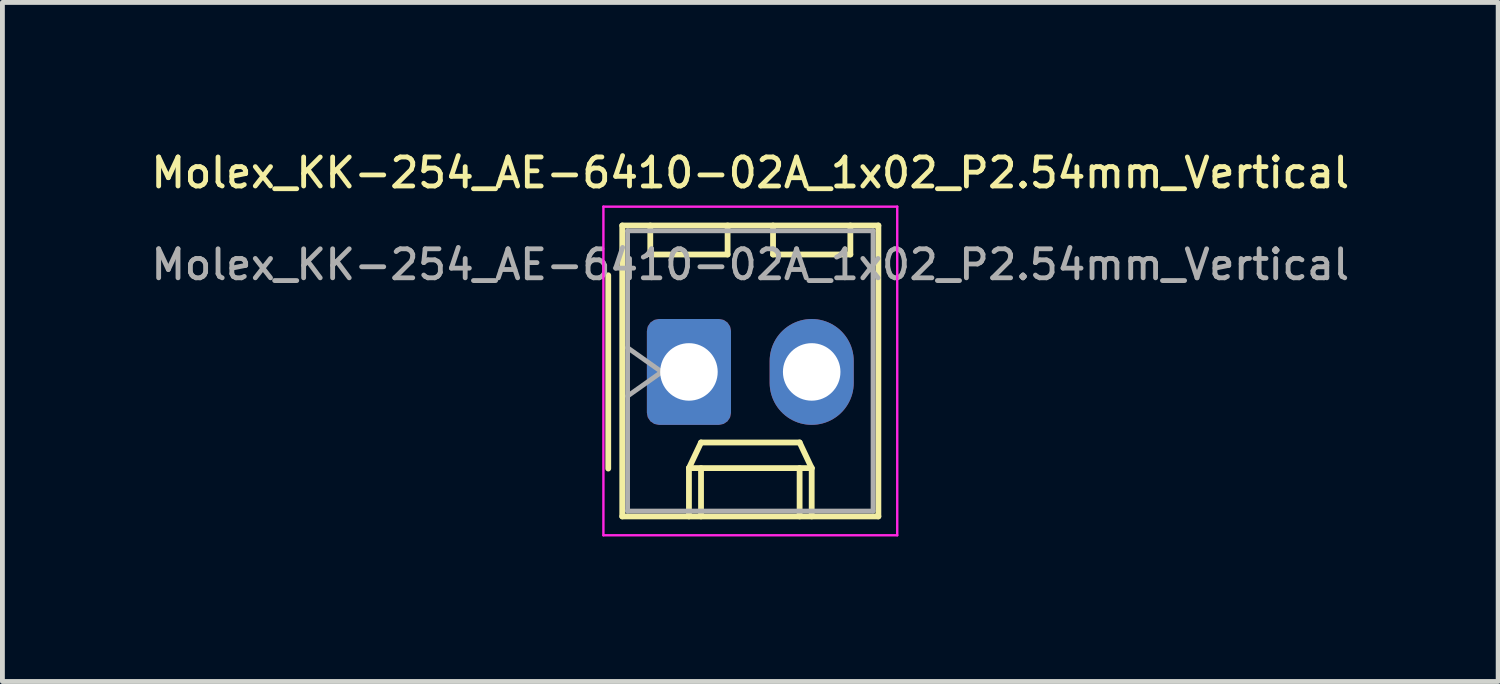
<source format=kicad_pcb>
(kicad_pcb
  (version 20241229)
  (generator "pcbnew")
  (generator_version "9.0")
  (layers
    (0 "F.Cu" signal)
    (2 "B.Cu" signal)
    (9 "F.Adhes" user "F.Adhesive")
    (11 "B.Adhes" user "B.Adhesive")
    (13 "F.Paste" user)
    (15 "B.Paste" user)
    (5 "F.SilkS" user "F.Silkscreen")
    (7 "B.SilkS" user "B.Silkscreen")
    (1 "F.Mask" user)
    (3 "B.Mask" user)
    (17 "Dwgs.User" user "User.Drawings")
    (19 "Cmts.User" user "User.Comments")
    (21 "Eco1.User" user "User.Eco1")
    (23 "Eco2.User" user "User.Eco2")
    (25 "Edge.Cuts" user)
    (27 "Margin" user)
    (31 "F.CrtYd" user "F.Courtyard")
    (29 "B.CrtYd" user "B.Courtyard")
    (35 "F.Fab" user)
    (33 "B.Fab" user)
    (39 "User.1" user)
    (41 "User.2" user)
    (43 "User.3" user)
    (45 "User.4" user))
  (footprint "Molex_KK-254_AE-6410-02A_1x02_P2.54mm_Vertical"
    (layer "F.Cu")
    (at 11.206 4.646)
    (property "Reference" "Molex_KK-254_AE-6410-02A_1x02_P2.54mm_Vertical" (at 1.27 -4.12 0) (layer "F.SilkS") (effects (font (size 0.6 0.6) (thickness 0.1))))
    (attr through_hole)
    (fp_line (start -1.67 -2) (end -1.67 2) (stroke (width 0.12) (type solid)) (layer "F.SilkS"))
    (fp_line (start -1.38 -3.03) (end -1.38 2.99) (stroke (width 0.12) (type solid)) (layer "F.SilkS"))
    (fp_line (start -1.38 2.99) (end 3.92 2.99) (stroke (width 0.12) (type solid)) (layer "F.SilkS"))
    (fp_line (start -0.8 -3.03) (end -0.8 -2.43) (stroke (width 0.12) (type solid)) (layer "F.SilkS"))
    (fp_line (start -0.8 -2.43) (end 0.8 -2.43) (stroke (width 0.12) (type solid)) (layer "F.SilkS"))
    (fp_line (start 0 1.99) (end 0.25 1.46) (stroke (width 0.12) (type solid)) (layer "F.SilkS"))
    (fp_line (start 0 1.99) (end 2.54 1.99) (stroke (width 0.12) (type solid)) (layer "F.SilkS"))
    (fp_line (start 0 2.99) (end 0 1.99) (stroke (width 0.12) (type solid)) (layer "F.SilkS"))
    (fp_line (start 0.25 1.46) (end 2.29 1.46) (stroke (width 0.12) (type solid)) (layer "F.SilkS"))
    (fp_line (start 0.25 2.99) (end 0.25 1.99) (stroke (width 0.12) (type solid)) (layer "F.SilkS"))
    (fp_line (start 0.8 -2.43) (end 0.8 -3.03) (stroke (width 0.12) (type solid)) (layer "F.SilkS"))
    (fp_line (start 1.74 -3.03) (end 1.74 -2.43) (stroke (width 0.12) (type solid)) (layer "F.SilkS"))
    (fp_line (start 1.74 -2.43) (end 3.34 -2.43) (stroke (width 0.12) (type solid)) (layer "F.SilkS"))
    (fp_line (start 2.29 1.46) (end 2.54 1.99) (stroke (width 0.12) (type solid)) (layer "F.SilkS"))
    (fp_line (start 2.29 2.99) (end 2.29 1.99) (stroke (width 0.12) (type solid)) (layer "F.SilkS"))
    (fp_line (start 2.54 1.99) (end 2.54 2.99) (stroke (width 0.12) (type solid)) (layer "F.SilkS"))
    (fp_line (start 3.34 -2.43) (end 3.34 -3.03) (stroke (width 0.12) (type solid)) (layer "F.SilkS"))
    (fp_line (start 3.92 -3.03) (end -1.38 -3.03) (stroke (width 0.12) (type solid)) (layer "F.SilkS"))
    (fp_line (start 3.92 2.99) (end 3.92 -3.03) (stroke (width 0.12) (type solid)) (layer "F.SilkS"))
    (fp_line (start -1.77 -3.42) (end -1.77 3.38) (stroke (width 0.05) (type solid)) (layer "F.CrtYd"))
    (fp_line (start -1.77 3.38) (end 4.31 3.38) (stroke (width 0.05) (type solid)) (layer "F.CrtYd"))
    (fp_line (start 4.31 -3.42) (end -1.77 -3.42) (stroke (width 0.05) (type solid)) (layer "F.CrtYd"))
    (fp_line (start 4.31 3.38) (end 4.31 -3.42) (stroke (width 0.05) (type solid)) (layer "F.CrtYd"))
    (fp_line (start -1.27 -2.92) (end -1.27 2.88) (stroke (width 0.1) (type solid)) (layer "F.Fab"))
    (fp_line (start -1.27 -0.5) (end -0.563 0) (stroke (width 0.1) (type solid)) (layer "F.Fab"))
    (fp_line (start -1.27 2.88) (end 3.81 2.88) (stroke (width 0.1) (type solid)) (layer "F.Fab"))
    (fp_line (start -0.563 0) (end -1.27 0.5) (stroke (width 0.1) (type solid)) (layer "F.Fab"))
    (fp_line (start 3.81 -2.92) (end -1.27 -2.92) (stroke (width 0.1) (type solid)) (layer "F.Fab"))
    (fp_line (start 3.81 2.88) (end 3.81 -2.92) (stroke (width 0.1) (type solid)) (layer "F.Fab"))
    (fp_text user "${REFERENCE}" (at 1.27 -2.22 0) (layer "F.Fab") (effects (font (size 0.6 0.6) (thickness 0.1))))
    (pad "1" thru_hole roundrect (at 0 0) (size 1.74 2.19) (drill 1.19) (layers "*.Cu" "*.Mask") (roundrect_rratio 0.144))
    (pad "2" thru_hole oval (at 2.54 0) (size 1.74 2.19) (drill 1.19) (layers "*.Cu" "*.Mask")))
  (gr_rect
    (start -3 -3)
    (end 27.951 11.052)
    (stroke (width 0.1) (type default))
    (fill no)
    (layer "Edge.Cuts")))
</source>
